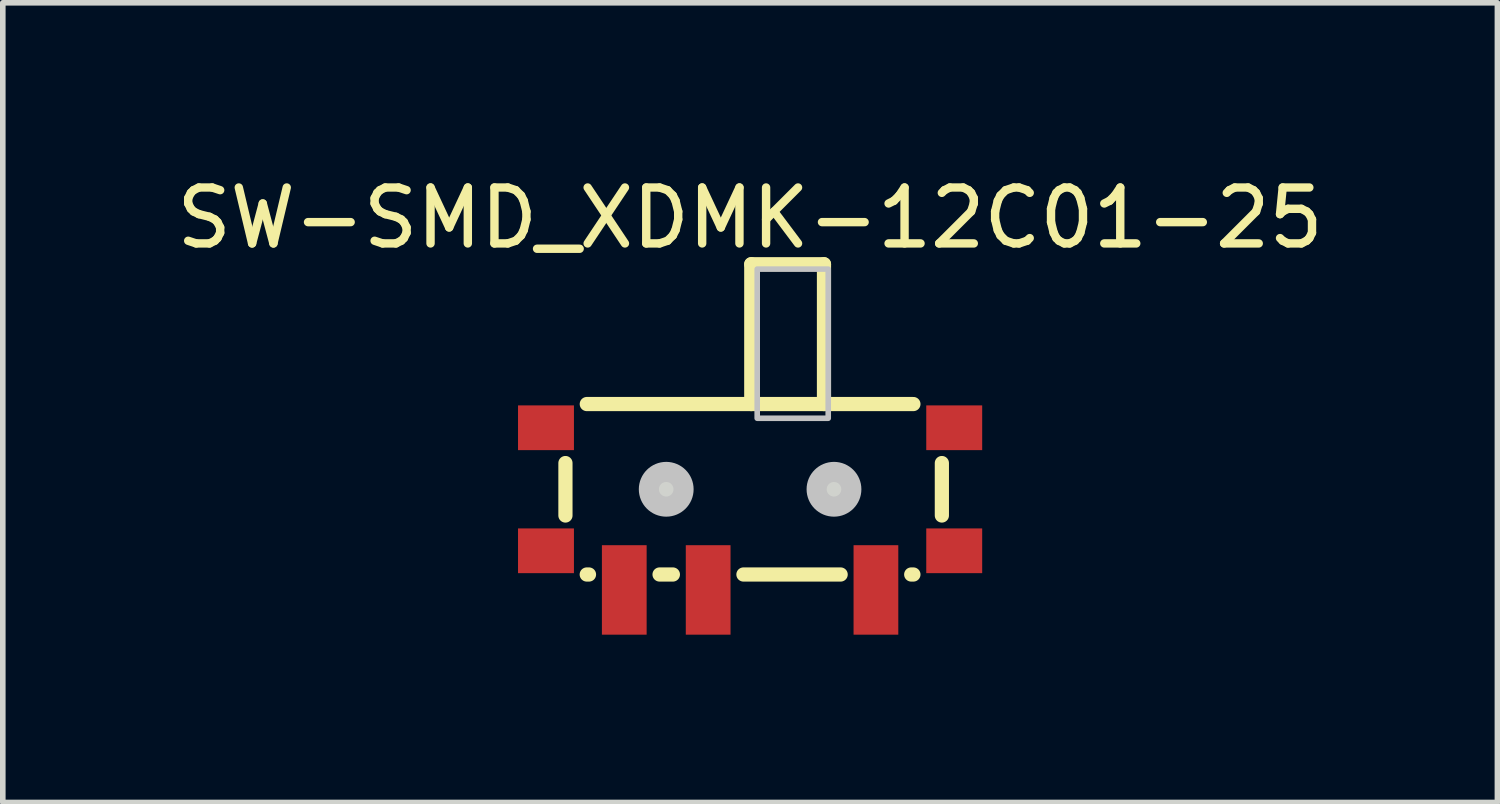
<source format=kicad_pcb>
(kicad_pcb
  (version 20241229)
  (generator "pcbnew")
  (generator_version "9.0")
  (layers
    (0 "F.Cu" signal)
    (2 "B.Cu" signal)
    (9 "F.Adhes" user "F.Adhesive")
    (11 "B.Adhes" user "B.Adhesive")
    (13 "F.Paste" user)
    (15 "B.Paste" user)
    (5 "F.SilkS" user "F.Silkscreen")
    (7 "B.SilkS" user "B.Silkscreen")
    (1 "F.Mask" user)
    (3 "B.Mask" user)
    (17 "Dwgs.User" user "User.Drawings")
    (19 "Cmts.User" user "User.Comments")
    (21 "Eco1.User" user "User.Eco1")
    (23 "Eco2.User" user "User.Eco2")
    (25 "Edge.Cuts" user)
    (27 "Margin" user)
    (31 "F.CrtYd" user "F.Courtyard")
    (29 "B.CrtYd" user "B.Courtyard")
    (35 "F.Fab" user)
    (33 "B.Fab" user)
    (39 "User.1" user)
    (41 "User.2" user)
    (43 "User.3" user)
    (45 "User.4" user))
  (footprint "SW-SMD_XDMK-12C01-25"
    (layer "F.Cu")
    (at 10.363 6.049)
    (property "Reference" "SW-SMD_XDMK-12C01-25" (at 0 -5.201 0) (layer "F.SilkS") (effects (font (size 1 1) (thickness 0.15))))
    (fp_line (start -3.302 -0.819) (end -3.302 0.119) (stroke (width 0.254) (type default)) (layer "F.SilkS"))
    (fp_line (start -2.921 1.174) (end -2.881 1.174) (stroke (width 0.254) (type default)) (layer "F.SilkS"))
    (fp_line (start -2.92 -1.874) (end 2.92 -1.874) (stroke (width 0.254) (type default)) (layer "F.SilkS"))
    (fp_line (start -1.619 1.174) (end -1.381 1.174) (stroke (width 0.254) (type default)) (layer "F.SilkS"))
    (fp_line (start -0.119 1.174) (end 1.619 1.174) (stroke (width 0.254) (type default)) (layer "F.SilkS"))
    (fp_line (start 0.021 -4.374) (end 1.321 -4.374) (stroke (width 0.254) (type default)) (layer "F.SilkS"))
    (fp_line (start 0.021 -1.874) (end 0.021 -4.374) (stroke (width 0.254) (type default)) (layer "F.SilkS"))
    (fp_line (start 1.321 -4.374) (end 1.321 -1.874) (stroke (width 0.254) (type default)) (layer "F.SilkS"))
    (fp_line (start 2.881 1.174) (end 2.92 1.174) (stroke (width 0.254) (type default)) (layer "F.SilkS"))
    (fp_line (start 3.429 -0.819) (end 3.429 0.119) (stroke (width 0.254) (type default)) (layer "F.SilkS"))
    (fp_circle (center -1.5 -0.35) (end -1.37 -0.35) (stroke (width 0.36) (type default)) (fill no) (layer "Dwgs.User"))
    (fp_circle (center 1.5 -0.35) (end 1.63 -0.35) (stroke (width 0.36) (type default)) (fill no) (layer "Dwgs.User"))
    (fp_poly (pts (xy 0.127 -4.287) (xy 0.127 -1.62) (xy 1.397 -1.62) (xy 1.397 -4.287)) (stroke (width 0.1) (type default)) (fill no) (layer "Dwgs.User"))
    (fp_poly (pts (xy -1.103 -0.402) (xy -1.13 -0.503) (xy -1.183 -0.594) (xy -1.256 -0.667) (xy -1.347 -0.72) (xy -1.448 -0.747) (xy -1.552 -0.747) (xy -1.653 -0.72) (xy -1.744 -0.667) (xy -1.817 -0.594) (xy -1.87 -0.503) (xy -1.897 -0.402) (xy -1.897 -0.298) (xy -1.87 -0.197) (xy -1.817 -0.106) (xy -1.744 -0.033) (xy -1.653 0.02) (xy -1.552 0.047) (xy -1.448 0.047) (xy -1.347 0.02) (xy -1.256 -0.033) (xy -1.183 -0.106) (xy -1.13 -0.197) (xy -1.103 -0.298)) (stroke (width 0) (type default)) (fill yes) (layer "Edge.Cuts"))
    (fp_poly (pts (xy 1.897 -0.402) (xy 1.87 -0.503) (xy 1.817 -0.594) (xy 1.744 -0.667) (xy 1.653 -0.72) (xy 1.552 -0.747) (xy 1.448 -0.747) (xy 1.347 -0.72) (xy 1.256 -0.667) (xy 1.183 -0.594) (xy 1.13 -0.503) (xy 1.103 -0.402) (xy 1.103 -0.298) (xy 1.13 -0.197) (xy 1.183 -0.106) (xy 1.256 -0.033) (xy 1.347 0.02) (xy 1.448 0.047) (xy 1.552 0.047) (xy 1.653 0.02) (xy 1.744 -0.033) (xy 1.817 -0.106) (xy 1.87 -0.197) (xy 1.897 -0.298)) (stroke (width 0) (type default)) (fill yes) (layer "Edge.Cuts"))
    (fp_poly (pts (xy -3.925 -1.65) (xy -3.225 -1.65) (xy -3.225 -1.25) (xy -3.925 -1.25)) (stroke (width 0.1) (type default)) (fill no) (layer "User.1"))
    (fp_poly (pts (xy -3.925 0.55) (xy -3.225 0.55) (xy -3.225 0.95) (xy -3.925 0.95)) (stroke (width 0.1) (type default)) (fill no) (layer "User.1"))
    (fp_poly (pts (xy -2.45 0.9) (xy -2.05 0.9) (xy -2.05 2) (xy -2.45 2)) (stroke (width 0.1) (type default)) (fill no) (layer "User.1"))
    (fp_poly (pts (xy -0.95 0.9) (xy -0.55 0.9) (xy -0.55 2) (xy -0.95 2)) (stroke (width 0.1) (type default)) (fill no) (layer "User.1"))
    (fp_poly (pts (xy 2.05 0.9) (xy 2.45 0.9) (xy 2.45 2) (xy 2.05 2)) (stroke (width 0.1) (type default)) (fill no) (layer "User.1"))
    (fp_poly (pts (xy 3.225 -1.65) (xy 3.925 -1.65) (xy 3.925 -1.25) (xy 3.225 -1.25)) (stroke (width 0.1) (type default)) (fill no) (layer "User.1"))
    (fp_poly (pts (xy 3.225 0.55) (xy 3.925 0.55) (xy 3.925 0.95) (xy 3.225 0.95)) (stroke (width 0.1) (type default)) (fill no) (layer "User.1"))
    (fp_line (start -3.325 -1.7) (end 3.325 -1.7) (stroke (width 0.051) (type default)) (layer "User.2"))
    (fp_line (start -3.325 1) (end -3.325 -1.7) (stroke (width 0.051) (type default)) (layer "User.2"))
    (fp_line (start 3.325 -1.7) (end 3.325 1) (stroke (width 0.051) (type default)) (layer "User.2"))
    (fp_line (start 3.325 1) (end -3.325 1) (stroke (width 0.051) (type default)) (layer "User.2"))
    (fp_poly (pts (xy -3.87 1.977) (xy -3.902 1.945) (xy -3.948 1.945) (xy -3.98 1.977) (xy -3.98 2.023) (xy -3.948 2.055) (xy -3.902 2.055) (xy -3.87 2.023)) (stroke (width 0.1) (type default)) (fill no) (layer "User.3"))
    (pad "1" smd rect (at -2.25 1.45) (size 0.8 1.6) (layers "F.Cu" "F.Mask" "F.Paste"))
    (pad "2" smd rect (at -0.75 1.45) (size 0.8 1.6) (layers "F.Cu" "F.Mask" "F.Paste"))
    (pad "3" smd rect (at 2.25 1.45) (size 0.8 1.6) (layers "F.Cu" "F.Mask" "F.Paste"))
    (pad "4" smd rect (at 3.65 -1.45) (size 1 0.8) (layers "F.Cu" "F.Mask" "F.Paste"))
    (pad "4" smd rect (at 3.65 0.75) (size 1 0.8) (layers "F.Cu" "F.Mask" "F.Paste"))
    (pad "5" smd rect (at -3.65 -1.45) (size 1 0.8) (layers "F.Cu" "F.Mask" "F.Paste"))
    (pad "5" smd rect (at -3.65 0.75) (size 1 0.8) (layers "F.Cu" "F.Mask" "F.Paste")))
  (gr_rect
    (start -3 -3)
    (end 23.726 11.299)
    (stroke (width 0.1) (type default))
    (fill no)
    (layer "Edge.Cuts")))
</source>
